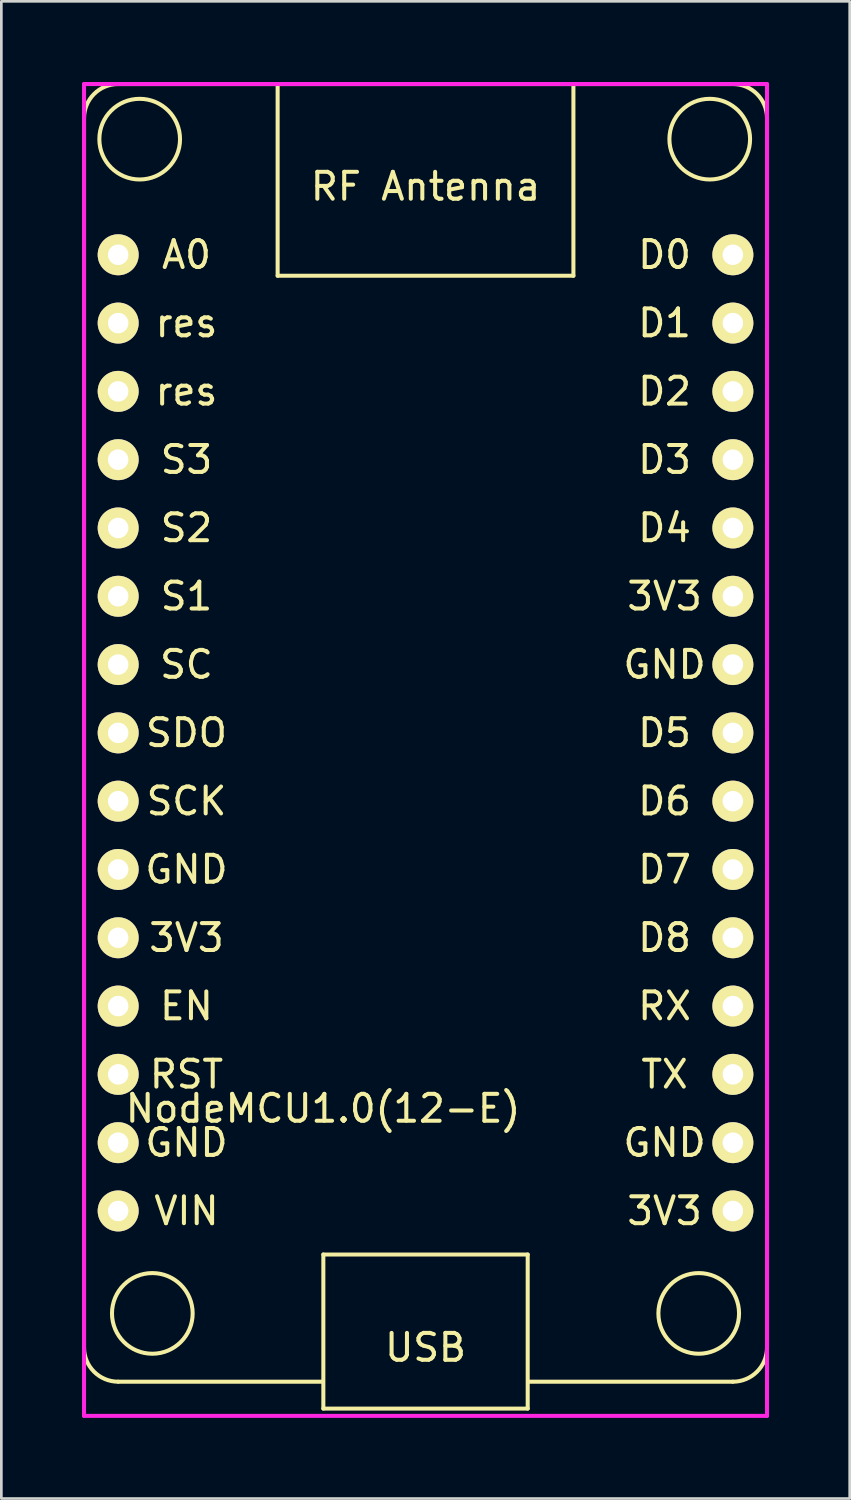
<source format=kicad_pcb>
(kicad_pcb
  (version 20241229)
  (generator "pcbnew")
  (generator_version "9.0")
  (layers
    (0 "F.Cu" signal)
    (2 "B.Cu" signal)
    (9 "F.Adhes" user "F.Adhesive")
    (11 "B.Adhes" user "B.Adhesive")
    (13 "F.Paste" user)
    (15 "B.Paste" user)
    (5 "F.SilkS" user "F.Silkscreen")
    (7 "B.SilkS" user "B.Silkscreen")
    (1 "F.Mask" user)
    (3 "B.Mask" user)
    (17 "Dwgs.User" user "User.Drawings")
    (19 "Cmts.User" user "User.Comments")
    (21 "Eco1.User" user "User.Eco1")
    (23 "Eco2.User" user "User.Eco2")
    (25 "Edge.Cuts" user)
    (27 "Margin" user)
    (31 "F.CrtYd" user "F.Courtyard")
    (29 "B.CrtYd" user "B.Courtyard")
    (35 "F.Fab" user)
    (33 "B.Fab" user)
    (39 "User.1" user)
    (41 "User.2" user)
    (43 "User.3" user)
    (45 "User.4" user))
  (footprint "NodeMCU1.0(12-E)"
    (layer "F.Cu")
    (at 1.345 6.425)
    (property "Reference" "NodeMCU1.0(12-E)" (at 7.62 31.75 0) (layer "F.SilkS") (effects (font (size 1 1) (thickness 0.15))))
    (attr through_hole)
    (fp_line (start -1.27 -5.08) (end -1.27 40.64) (stroke (width 0.15) (type solid)) (layer "F.SilkS"))
    (fp_line (start 5.93 0.78) (end 5.93 -6.35) (stroke (width 0.15) (type solid)) (layer "F.SilkS"))
    (fp_line (start 7.62 41.91) (end 0 41.91) (stroke (width 0.15) (type solid)) (layer "F.SilkS"))
    (fp_line (start 7.63 37.18) (end 15.23 37.18) (stroke (width 0.15) (type solid)) (layer "F.SilkS"))
    (fp_line (start 7.63 42.91) (end 7.63 37.18) (stroke (width 0.15) (type solid)) (layer "F.SilkS"))
    (fp_line (start 15.23 37.18) (end 15.23 42.91) (stroke (width 0.15) (type solid)) (layer "F.SilkS"))
    (fp_line (start 15.23 42.91) (end 7.63 42.91) (stroke (width 0.15) (type solid)) (layer "F.SilkS"))
    (fp_line (start 16.93 -6.35) (end 16.93 0.78) (stroke (width 0.15) (type solid)) (layer "F.SilkS"))
    (fp_line (start 16.93 0.78) (end 5.93 0.78) (stroke (width 0.15) (type solid)) (layer "F.SilkS"))
    (fp_line (start 22.86 -6.35) (end 0 -6.35) (stroke (width 0.15) (type solid)) (layer "F.SilkS"))
    (fp_line (start 22.86 41.91) (end 15.24 41.91) (stroke (width 0.15) (type solid)) (layer "F.SilkS"))
    (fp_line (start 24.13 -5.08) (end 24.13 40.64) (stroke (width 0.15) (type solid)) (layer "F.SilkS"))
    (fp_arc (start -1.27 -5.08) (mid -0.898026 -5.978026) (end 0 -6.35) (stroke (width 0.15) (type solid)) (layer "F.SilkS"))
    (fp_arc (start 0 41.91) (mid -0.898026 41.538026) (end -1.27 40.64) (stroke (width 0.15) (type solid)) (layer "F.SilkS"))
    (fp_arc (start 22.86 -6.35) (mid 23.758026 -5.978026) (end 24.13 -5.08) (stroke (width 0.15) (type solid)) (layer "F.SilkS"))
    (fp_arc (start 24.13 40.64) (mid 23.758026 41.538026) (end 22.86 41.91) (stroke (width 0.15) (type solid)) (layer "F.SilkS"))
    (fp_circle (center 0.8 -4.3) (end 2.3 -4.3) (stroke (width 0.15) (type solid)) (fill no) (layer "F.SilkS"))
    (fp_circle (center 1.27 39.37) (end 2.77 39.37) (stroke (width 0.15) (type solid)) (fill no) (layer "F.SilkS"))
    (fp_circle (center 21.59 39.37) (end 23.09 39.37) (stroke (width 0.15) (type solid)) (fill no) (layer "F.SilkS"))
    (fp_circle (center 22 -4.3) (end 23.5 -4.3) (stroke (width 0.15) (type solid)) (fill no) (layer "F.SilkS"))
    (fp_line (start -1.27 -6.35) (end 24.13 -6.35) (stroke (width 0.15) (type solid)) (layer "F.CrtYd"))
    (fp_line (start -1.27 43.18) (end -1.27 -6.35) (stroke (width 0.15) (type solid)) (layer "F.CrtYd"))
    (fp_line (start 24.13 -6.35) (end 24.13 43.18) (stroke (width 0.15) (type solid)) (layer "F.CrtYd"))
    (fp_line (start 24.13 43.18) (end -1.27 43.18) (stroke (width 0.15) (type solid)) (layer "F.CrtYd"))
    (fp_text user "RX" (at 20.32 27.94 0) (layer "F.SilkS") (effects (font (size 1 1) (thickness 0.15))))
    (fp_text user "SCK" (at 2.54 20.32 0) (layer "F.SilkS") (effects (font (size 1 1) (thickness 0.15))))
    (fp_text user "3V3" (at 20.32 12.7 0) (layer "F.SilkS") (effects (font (size 1 1) (thickness 0.15))))
    (fp_text user "GND" (at 2.54 33.02 0) (layer "F.SilkS") (effects (font (size 1 1) (thickness 0.15))))
    (fp_text user "TX" (at 20.32 30.48 0) (layer "F.SilkS") (effects (font (size 1 1) (thickness 0.15))))
    (fp_text user "res" (at 2.54 5.08 0) (layer "F.SilkS") (effects (font (size 1 1) (thickness 0.15))))
    (fp_text user "GND" (at 20.32 33.02 0) (layer "F.SilkS") (effects (font (size 1 1) (thickness 0.15))))
    (fp_text user "SDO" (at 2.54 17.78 0) (layer "F.SilkS") (effects (font (size 1 1) (thickness 0.15))))
    (fp_text user "D7" (at 20.32 22.86 0) (layer "F.SilkS") (effects (font (size 1 1) (thickness 0.15))))
    (fp_text user "RF Antenna" (at 11.43 -2.54 0) (layer "F.SilkS") (effects (font (size 1 1) (thickness 0.15))))
    (fp_text user "GND" (at 2.54 22.86 0) (layer "F.SilkS") (effects (font (size 1 1) (thickness 0.15))))
    (fp_text user "SC" (at 2.54 15.24 0) (layer "F.SilkS") (effects (font (size 1 1) (thickness 0.15))))
    (fp_text user "S2" (at 2.54 10.16 0) (layer "F.SilkS") (effects (font (size 1 1) (thickness 0.15))))
    (fp_text user "D6" (at 20.32 20.32 0) (layer "F.SilkS") (effects (font (size 1 1) (thickness 0.15))))
    (fp_text user "USB" (at 11.43 40.64 0) (layer "F.SilkS") (effects (font (size 1 1) (thickness 0.15))))
    (fp_text user "VIN" (at 2.54 35.56 0) (layer "F.SilkS") (effects (font (size 1 1) (thickness 0.15))))
    (fp_text user "res" (at 2.54 2.54 0) (layer "F.SilkS") (effects (font (size 1 1) (thickness 0.15))))
    (fp_text user "RST" (at 2.54 30.48 0) (layer "F.SilkS") (effects (font (size 1 1) (thickness 0.15))))
    (fp_text user "D0" (at 20.32 0 0) (layer "F.SilkS") (effects (font (size 1 1) (thickness 0.15))))
    (fp_text user "D2" (at 20.32 5.08 0) (layer "F.SilkS") (effects (font (size 1 1) (thickness 0.15))))
    (fp_text user "A0" (at 2.54 0 0) (layer "F.SilkS") (effects (font (size 1 1) (thickness 0.15))))
    (fp_text user "D1" (at 20.32 2.54 0) (layer "F.SilkS") (effects (font (size 1 1) (thickness 0.15))))
    (fp_text user "3V3" (at 2.54 25.4 0) (layer "F.SilkS") (effects (font (size 1 1) (thickness 0.15))))
    (fp_text user "D4" (at 20.32 10.16 0) (layer "F.SilkS") (effects (font (size 1 1) (thickness 0.15))))
    (fp_text user "3V3" (at 20.32 35.56 0) (layer "F.SilkS") (effects (font (size 1 1) (thickness 0.15))))
    (fp_text user "D3" (at 20.32 7.62 0) (layer "F.SilkS") (effects (font (size 1 1) (thickness 0.15))))
    (fp_text user "EN" (at 2.54 27.94 0) (layer "F.SilkS") (effects (font (size 1 1) (thickness 0.15))))
    (fp_text user "S3" (at 2.54 7.62 0) (layer "F.SilkS") (effects (font (size 1 1) (thickness 0.15))))
    (fp_text user "D8" (at 20.32 25.4 0) (layer "F.SilkS") (effects (font (size 1 1) (thickness 0.15))))
    (fp_text user "S1" (at 2.54 12.7 0) (layer "F.SilkS") (effects (font (size 1 1) (thickness 0.15))))
    (fp_text user "D5" (at 20.32 17.78 0) (layer "F.SilkS") (effects (font (size 1 1) (thickness 0.15))))
    (fp_text user "GND" (at 20.32 15.24 0) (layer "F.SilkS") (effects (font (size 1 1) (thickness 0.15))))
    (pad "1" thru_hole circle (at 0 0) (size 1.524 1.524) (drill 0.762) (layers "*.Cu" "*.Mask" "F.SilkS"))
    (pad "2" thru_hole circle (at 0 2.54) (size 1.524 1.524) (drill 0.762) (layers "*.Cu" "*.Mask" "F.SilkS"))
    (pad "3" thru_hole circle (at 0 5.08) (size 1.524 1.524) (drill 0.762) (layers "*.Cu" "*.Mask" "F.SilkS"))
    (pad "4" thru_hole circle (at 0 7.62) (size 1.524 1.524) (drill 0.762) (layers "*.Cu" "*.Mask" "F.SilkS"))
    (pad "5" thru_hole circle (at 0 10.16) (size 1.524 1.524) (drill 0.762) (layers "*.Cu" "*.Mask" "F.SilkS"))
    (pad "6" thru_hole circle (at 0 12.7) (size 1.524 1.524) (drill 0.762) (layers "*.Cu" "*.Mask" "F.SilkS"))
    (pad "7" thru_hole circle (at 0 15.24) (size 1.524 1.524) (drill 0.762) (layers "*.Cu" "*.Mask" "F.SilkS"))
    (pad "8" thru_hole circle (at 0 17.78) (size 1.524 1.524) (drill 0.762) (layers "*.Cu" "*.Mask" "F.SilkS"))
    (pad "9" thru_hole circle (at 0 20.32) (size 1.524 1.524) (drill 0.762) (layers "*.Cu" "*.Mask" "F.SilkS"))
    (pad "10" thru_hole circle (at 0 22.86) (size 1.524 1.524) (drill 0.762) (layers "*.Cu" "*.Mask" "F.SilkS"))
    (pad "11" thru_hole circle (at 0 25.4) (size 1.524 1.524) (drill 0.762) (layers "*.Cu" "*.Mask" "F.SilkS"))
    (pad "12" thru_hole circle (at 0 27.94) (size 1.524 1.524) (drill 0.762) (layers "*.Cu" "*.Mask" "F.SilkS"))
    (pad "13" thru_hole circle (at 0 30.48) (size 1.524 1.524) (drill 0.762) (layers "*.Cu" "*.Mask" "F.SilkS"))
    (pad "14" thru_hole circle (at 0 33.02) (size 1.524 1.524) (drill 0.762) (layers "*.Cu" "*.Mask" "F.SilkS"))
    (pad "15" thru_hole circle (at 0 35.56) (size 1.524 1.524) (drill 0.762) (layers "*.Cu" "*.Mask" "F.SilkS"))
    (pad "16" thru_hole circle (at 22.86 35.56) (size 1.524 1.524) (drill 0.762) (layers "*.Cu" "*.Mask" "F.SilkS"))
    (pad "17" thru_hole circle (at 22.86 33.02) (size 1.524 1.524) (drill 0.762) (layers "*.Cu" "*.Mask" "F.SilkS"))
    (pad "18" thru_hole circle (at 22.86 30.48) (size 1.524 1.524) (drill 0.762) (layers "*.Cu" "*.Mask" "F.SilkS"))
    (pad "19" thru_hole circle (at 22.86 27.94) (size 1.524 1.524) (drill 0.762) (layers "*.Cu" "*.Mask" "F.SilkS"))
    (pad "20" thru_hole circle (at 22.86 25.4) (size 1.524 1.524) (drill 0.762) (layers "*.Cu" "*.Mask" "F.SilkS"))
    (pad "21" thru_hole circle (at 22.86 22.86) (size 1.524 1.524) (drill 0.762) (layers "*.Cu" "*.Mask" "F.SilkS"))
    (pad "22" thru_hole circle (at 22.86 20.32) (size 1.524 1.524) (drill 0.762) (layers "*.Cu" "*.Mask" "F.SilkS"))
    (pad "23" thru_hole circle (at 22.86 17.78) (size 1.524 1.524) (drill 0.762) (layers "*.Cu" "*.Mask" "F.SilkS"))
    (pad "24" thru_hole circle (at 22.86 15.24) (size 1.524 1.524) (drill 0.762) (layers "*.Cu" "*.Mask" "F.SilkS"))
    (pad "25" thru_hole circle (at 22.86 12.7) (size 1.524 1.524) (drill 0.762) (layers "*.Cu" "*.Mask" "F.SilkS"))
    (pad "26" thru_hole circle (at 22.86 10.16) (size 1.524 1.524) (drill 0.762) (layers "*.Cu" "*.Mask" "F.SilkS"))
    (pad "27" thru_hole circle (at 22.86 7.62) (size 1.524 1.524) (drill 0.762) (layers "*.Cu" "*.Mask" "F.SilkS"))
    (pad "28" thru_hole circle (at 22.86 5.08) (size 1.524 1.524) (drill 0.762) (layers "*.Cu" "*.Mask" "F.SilkS"))
    (pad "29" thru_hole circle (at 22.86 2.54) (size 1.524 1.524) (drill 0.762) (layers "*.Cu" "*.Mask" "F.SilkS"))
    (pad "30" thru_hole circle (at 22.86 0) (size 1.524 1.524) (drill 0.762) (layers "*.Cu" "*.Mask" "F.SilkS")))
  (gr_rect
    (start -3 -3)
    (end 28.55 52.68)
    (stroke (width 0.1) (type default))
    (fill no)
    (layer "Edge.Cuts")))
</source>
